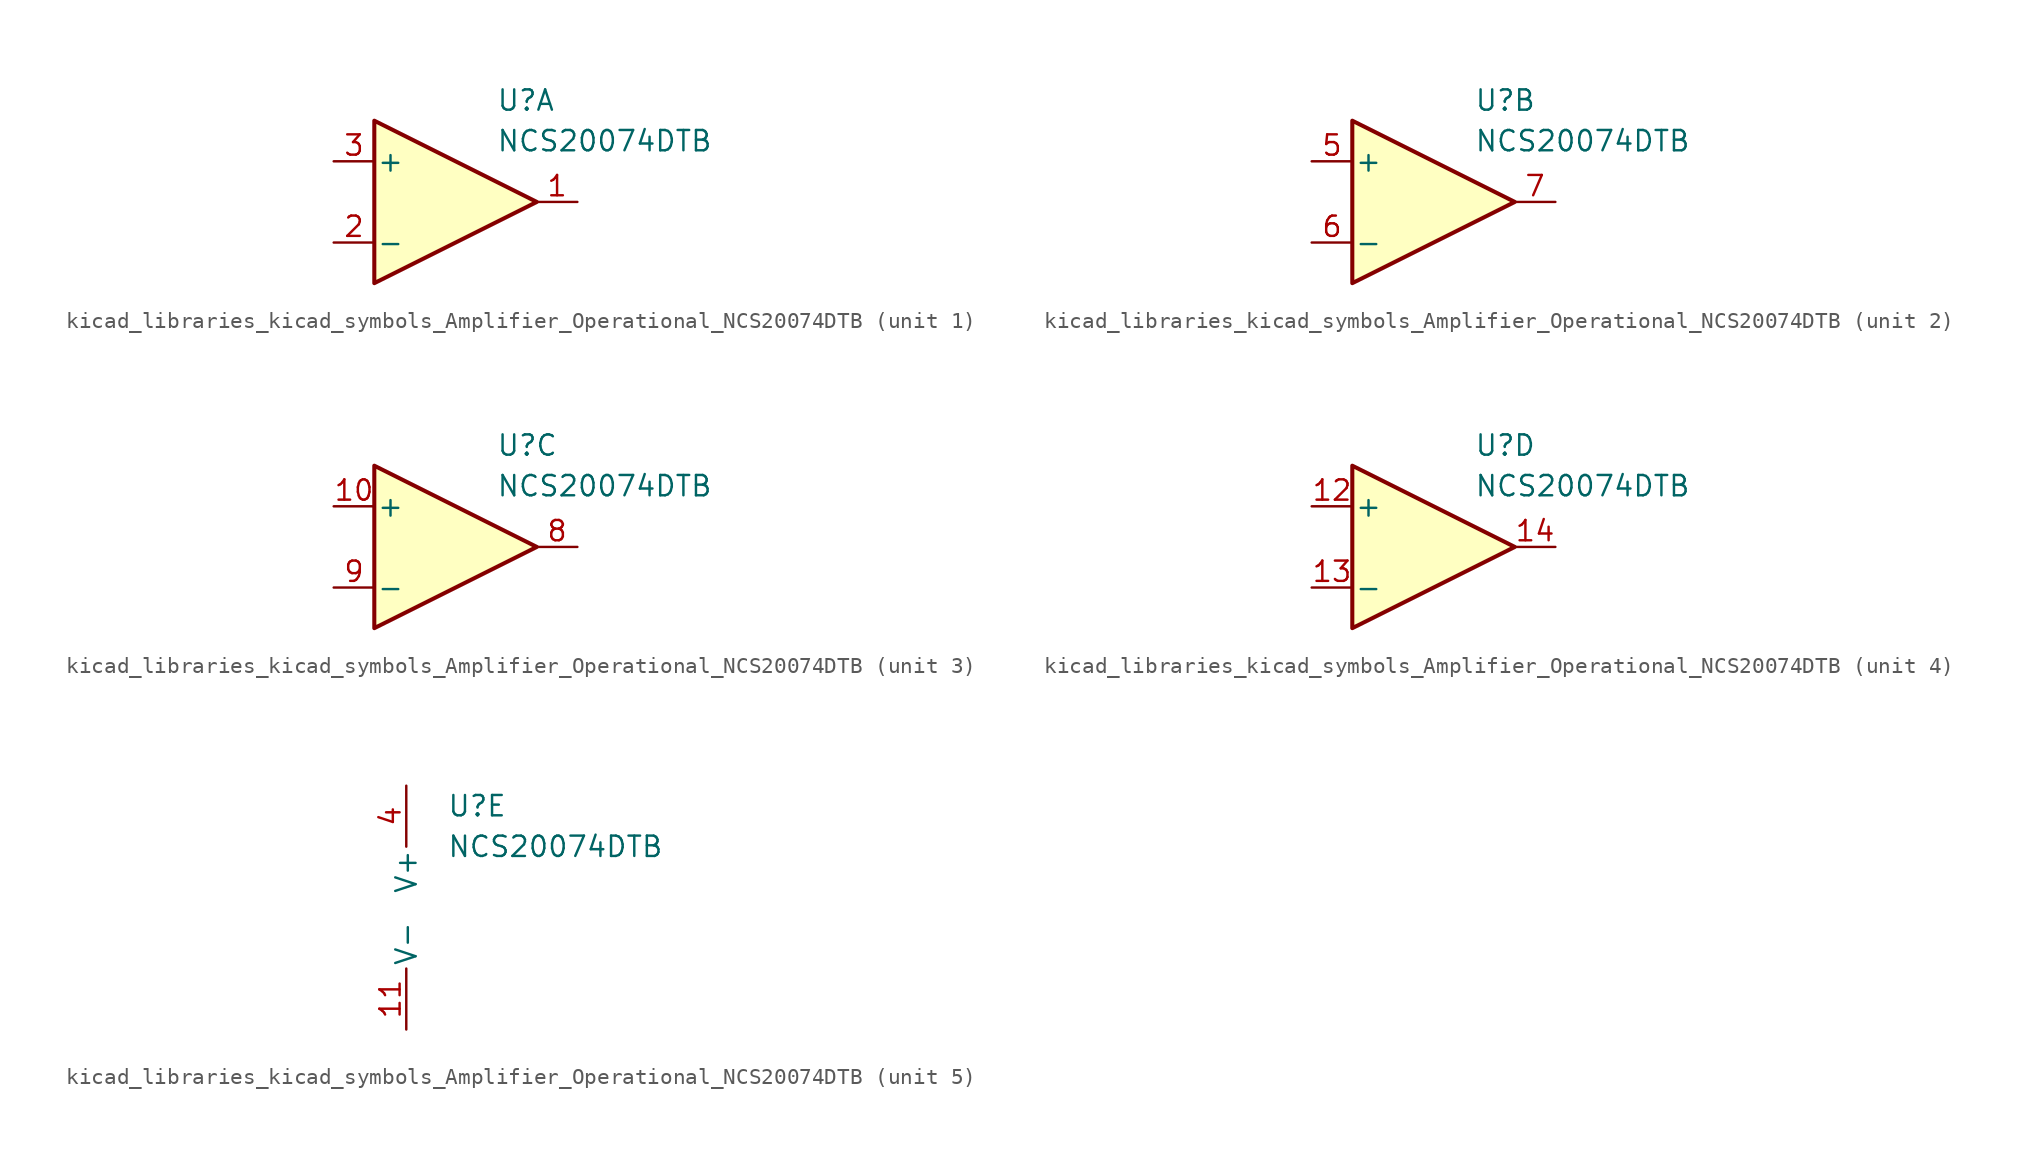
<source format=kicad_sym>
(kicad_symbol_lib
  (version 20220914)
  (generator kicad_symbol_editor)
  (symbol "kicad_libraries_kicad_symbols_Amplifier_Operational_NCS20074DTB"
    (pin_names
      (offset 0.127))
    (property "Reference" "U"
      (at 2.54 6.35 0)
      (effects (font (size 1.27 1.27)) (justify left)))
    (property "Value" "NCS20074DTB"
      (at 2.54 3.81 0)
      (effects (font (size 1.27 1.27)) (justify left)))
    (property "ki_locked" ""
      (at 0 0 0)
      (effects (font (size 1.27 1.27))))
    (symbol "kicad_libraries_kicad_symbols_Amplifier_Operational_NCS20074DTB_1_1"
      (polyline (pts (xy 5.08 0) (xy -5.08 5.08) (xy -5.08 -5.08) (xy 5.08 0)) (stroke (width 0.254) (type default)) (fill (type background)))
      (pin output line (at 7.62 0 180) (length 2.54) (name "~" (effects (font (size 1.27 1.27)))) (number "1" (effects (font (size 1.27 1.27)))))
      (pin input line (at -7.62 -2.54 0) (length 2.54) (name "-" (effects (font (size 1.27 1.27)))) (number "2" (effects (font (size 1.27 1.27)))))
      (pin input line (at -7.62 2.54 0) (length 2.54) (name "+" (effects (font (size 1.27 1.27)))) (number "3" (effects (font (size 1.27 1.27))))))
    (symbol "kicad_libraries_kicad_symbols_Amplifier_Operational_NCS20074DTB_2_1"
      (polyline (pts (xy -5.08 5.08) (xy -5.08 -5.08) (xy 5.08 0) (xy -5.08 5.08)) (stroke (width 0.254) (type default)) (fill (type background)))
      (pin input line (at -7.62 2.54 0) (length 2.54) (name "+" (effects (font (size 1.27 1.27)))) (number "5" (effects (font (size 1.27 1.27)))))
      (pin input line (at -7.62 -2.54 0) (length 2.54) (name "-" (effects (font (size 1.27 1.27)))) (number "6" (effects (font (size 1.27 1.27)))))
      (pin output line (at 7.62 0 180) (length 2.54) (name "~" (effects (font (size 1.27 1.27)))) (number "7" (effects (font (size 1.27 1.27))))))
    (symbol "kicad_libraries_kicad_symbols_Amplifier_Operational_NCS20074DTB_3_1"
      (polyline (pts (xy 5.08 0) (xy -5.08 5.08) (xy -5.08 -5.08) (xy 5.08 0)) (stroke (width 0.254) (type default)) (fill (type background)))
      (pin input line (at -7.62 2.54 0) (length 2.54) (name "+" (effects (font (size 1.27 1.27)))) (number "10" (effects (font (size 1.27 1.27)))))
      (pin output line (at 7.62 0 180) (length 2.54) (name "~" (effects (font (size 1.27 1.27)))) (number "8" (effects (font (size 1.27 1.27)))))
      (pin input line (at -7.62 -2.54 0) (length 2.54) (name "-" (effects (font (size 1.27 1.27)))) (number "9" (effects (font (size 1.27 1.27))))))
    (symbol "kicad_libraries_kicad_symbols_Amplifier_Operational_NCS20074DTB_4_1"
      (polyline (pts (xy -5.08 5.08) (xy 5.08 0) (xy -5.08 -5.08) (xy -5.08 5.08)) (stroke (width 0.254) (type default)) (fill (type background)))
      (pin input line (at -7.62 2.54 0) (length 2.54) (name "+" (effects (font (size 1.27 1.27)))) (number "12" (effects (font (size 1.27 1.27)))))
      (pin input line (at -7.62 -2.54 0) (length 2.54) (name "-" (effects (font (size 1.27 1.27)))) (number "13" (effects (font (size 1.27 1.27)))))
      (pin output line (at 7.62 0 180) (length 2.54) (name "~" (effects (font (size 1.27 1.27)))) (number "14" (effects (font (size 1.27 1.27))))))
    (symbol "kicad_libraries_kicad_symbols_Amplifier_Operational_NCS20074DTB_5_1"
      (pin power_in line (at 0 -7.62 90) (length 3.81) (name "V-" (effects (font (size 1.27 1.27)))) (number "11" (effects (font (size 1.27 1.27)))))
      (pin power_in line (at 0 7.62 270) (length 3.81) (name "V+" (effects (font (size 1.27 1.27)))) (number "4" (effects (font (size 1.27 1.27))))))))
</source>
